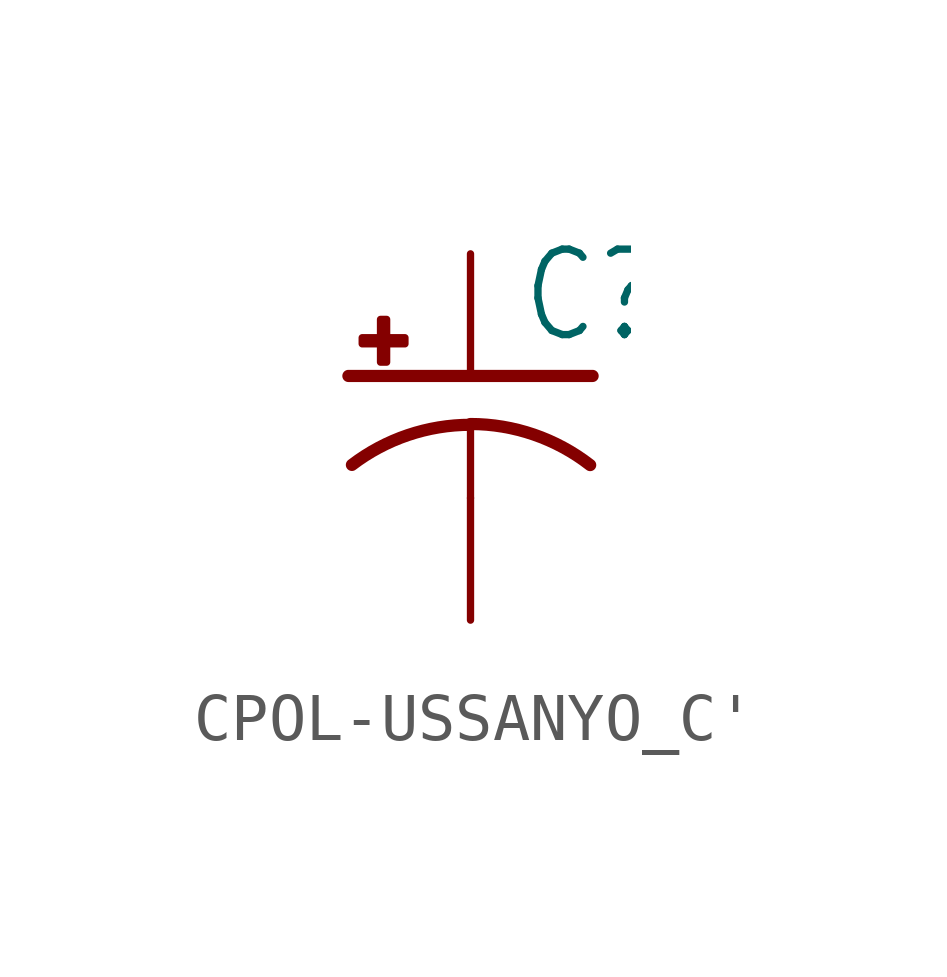
<source format=kicad_sym>
(kicad_symbol_lib
  (version 20231120)
  (generator "kicad_symbol_editor")
  (generator_version "8.0")
  (symbol "CPOL-USSANYO_C'"
    (property "Reference" "C"
      (at 1.016 0.635 0)
      (effects (font (size 1.778 1.511)) (justify left bottom)))
    (property "Value" ""
      (at 1.016 -4.191 0)
      (effects (font (size 1.778 1.511)) (justify left bottom)))
    (property "ki_locked" ""
      (at 0 0 0)
      (effects (font (size 1.27 1.27))))
    (symbol "CPOL-USSANYO_C'_1_0"
      (rectangle (start -2.253 0.668) (end -1.364 0.795) (stroke (width 0) (type default)) (fill (type outline)))
      (rectangle (start -1.872 0.287) (end -1.745 1.176) (stroke (width 0) (type default)) (fill (type outline)))
      (arc (start 0 -1.0161) (mid -1.3021 -1.2303) (end -2.4669 -1.8504) (stroke (width 0.254) (type solid)) (fill (type none)))
      (polyline (pts (xy -2.54 0) (xy 2.54 0)) (stroke (width 0.254) (type solid)) (fill (type none)))
      (polyline (pts (xy 0 -1.016) (xy 0 -2.54)) (stroke (width 0.152) (type solid)) (fill (type none)))
      (arc (start 2.4892 -1.8541) (mid 1.3158 -1.2194) (end 0 -1) (stroke (width 0.254) (type solid)) (fill (type none)))
      (pin passive line (at 0 2.54 270) (length 2.54) (name "+" (effects (font (size 0 0)))) (number "+" (effects (font (size 0 0)))))
      (pin passive line (at 0 -5.08 90) (length 2.54) (name "-" (effects (font (size 0 0)))) (number "-" (effects (font (size 0 0))))))))
</source>
